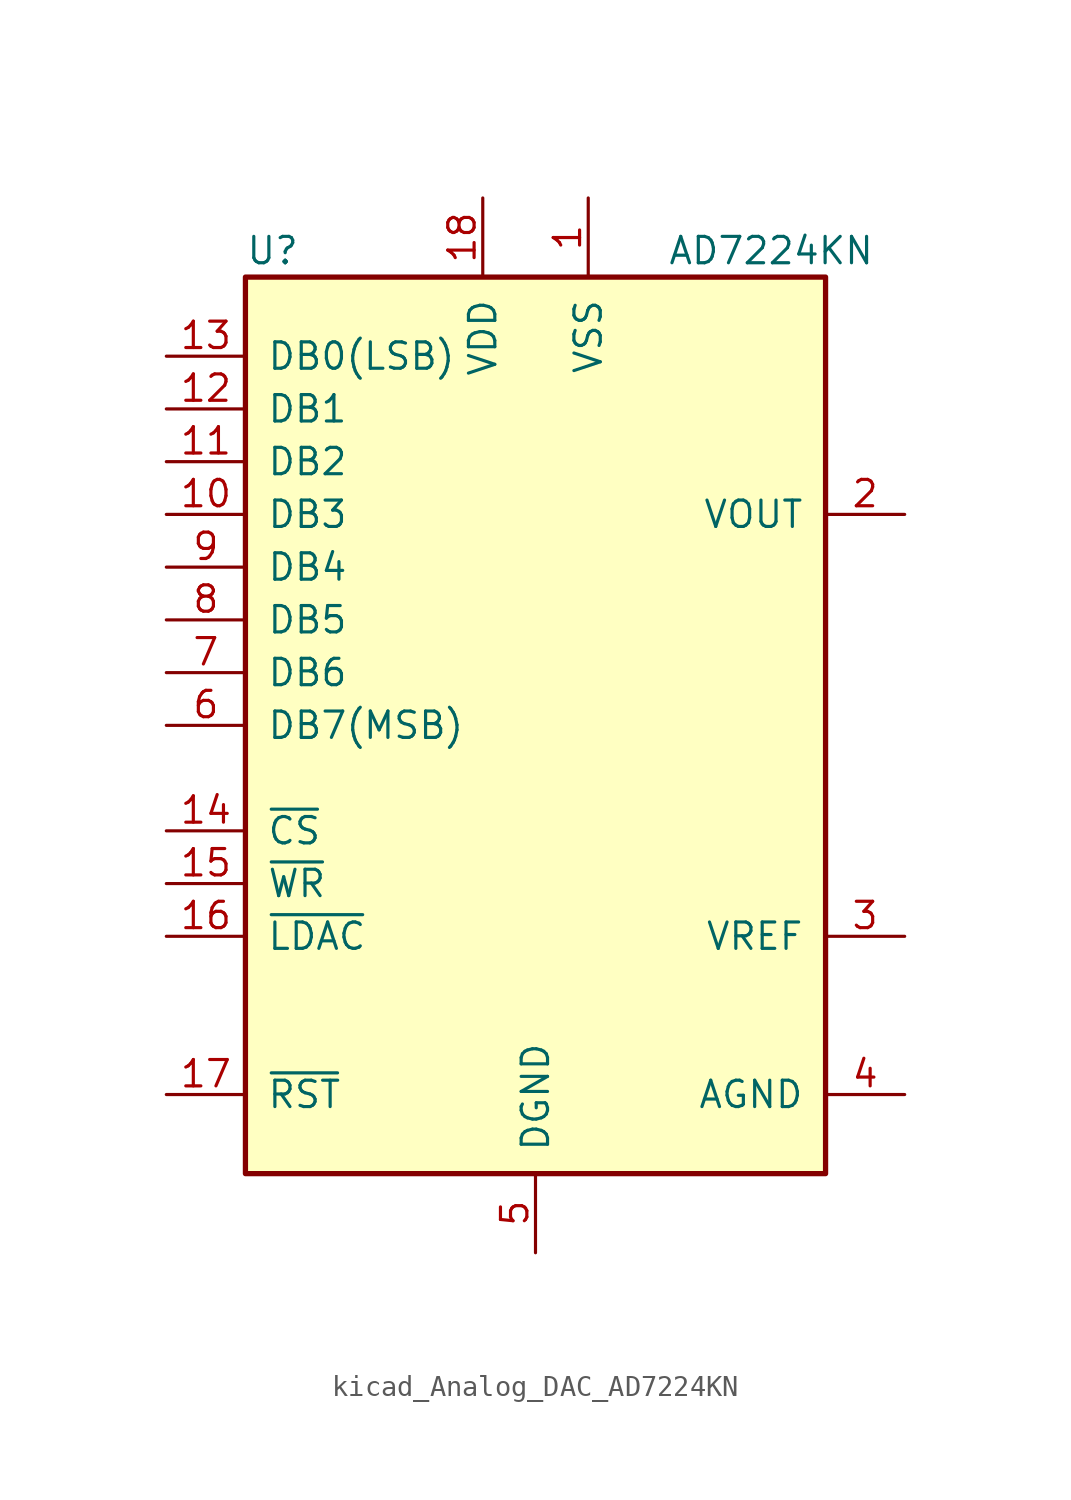
<source format=kicad_sym>
(kicad_symbol_lib
  (version 20220914)
  (generator kicad_symbol_editor)
  (symbol "kicad_Analog_DAC_AD7224KN"
    (pin_names
      (offset 1.016))
    (property "Reference" "U"
      (at -13.97 22.86 0)
      (effects (font (size 1.27 1.27)) (justify left)))
    (property "Value" "AD7224KN"
      (at 6.35 22.86 0)
      (effects (font (size 1.27 1.27)) (justify left)))
    (symbol "kicad_Analog_DAC_AD7224KN_1_1"
      (rectangle (start -13.97 -21.59) (end 13.97 21.59) (stroke (width 0.254) (type default)) (fill (type background)))
      (pin power_in line (at 2.54 25.4 270) (length 3.81) (name "VSS" (effects (font (size 1.27 1.27)))) (number "1" (effects (font (size 1.27 1.27)))))
      (pin input line (at -17.78 10.16 0) (length 3.81) (name "DB3" (effects (font (size 1.27 1.27)))) (number "10" (effects (font (size 1.27 1.27)))))
      (pin input line (at -17.78 12.7 0) (length 3.81) (name "DB2" (effects (font (size 1.27 1.27)))) (number "11" (effects (font (size 1.27 1.27)))))
      (pin input line (at -17.78 15.24 0) (length 3.81) (name "DB1" (effects (font (size 1.27 1.27)))) (number "12" (effects (font (size 1.27 1.27)))))
      (pin input line (at -17.78 17.78 0) (length 3.81) (name "DB0(LSB)" (effects (font (size 1.27 1.27)))) (number "13" (effects (font (size 1.27 1.27)))))
      (pin input line (at -17.78 -5.08 0) (length 3.81) (name "~{CS}" (effects (font (size 1.27 1.27)))) (number "14" (effects (font (size 1.27 1.27)))))
      (pin input line (at -17.78 -7.62 0) (length 3.81) (name "~{WR}" (effects (font (size 1.27 1.27)))) (number "15" (effects (font (size 1.27 1.27)))))
      (pin input line (at -17.78 -10.16 0) (length 3.81) (name "~{LDAC}" (effects (font (size 1.27 1.27)))) (number "16" (effects (font (size 1.27 1.27)))))
      (pin input line (at -17.78 -17.78 0) (length 3.81) (name "~{RST}" (effects (font (size 1.27 1.27)))) (number "17" (effects (font (size 1.27 1.27)))))
      (pin power_in line (at -2.54 25.4 270) (length 3.81) (name "VDD" (effects (font (size 1.27 1.27)))) (number "18" (effects (font (size 1.27 1.27)))))
      (pin output line (at 17.78 10.16 180) (length 3.81) (name "VOUT" (effects (font (size 1.27 1.27)))) (number "2" (effects (font (size 1.27 1.27)))))
      (pin passive line (at 17.78 -10.16 180) (length 3.81) (name "VREF" (effects (font (size 1.27 1.27)))) (number "3" (effects (font (size 1.27 1.27)))))
      (pin passive line (at 17.78 -17.78 180) (length 3.81) (name "AGND" (effects (font (size 1.27 1.27)))) (number "4" (effects (font (size 1.27 1.27)))))
      (pin power_in line (at 0 -25.4 90) (length 3.81) (name "DGND" (effects (font (size 1.27 1.27)))) (number "5" (effects (font (size 1.27 1.27)))))
      (pin input line (at -17.78 0 0) (length 3.81) (name "DB7(MSB)" (effects (font (size 1.27 1.27)))) (number "6" (effects (font (size 1.27 1.27)))))
      (pin input line (at -17.78 2.54 0) (length 3.81) (name "DB6" (effects (font (size 1.27 1.27)))) (number "7" (effects (font (size 1.27 1.27)))))
      (pin input line (at -17.78 5.08 0) (length 3.81) (name "DB5" (effects (font (size 1.27 1.27)))) (number "8" (effects (font (size 1.27 1.27)))))
      (pin input line (at -17.78 7.62 0) (length 3.81) (name "DB4" (effects (font (size 1.27 1.27)))) (number "9" (effects (font (size 1.27 1.27))))))))
</source>
